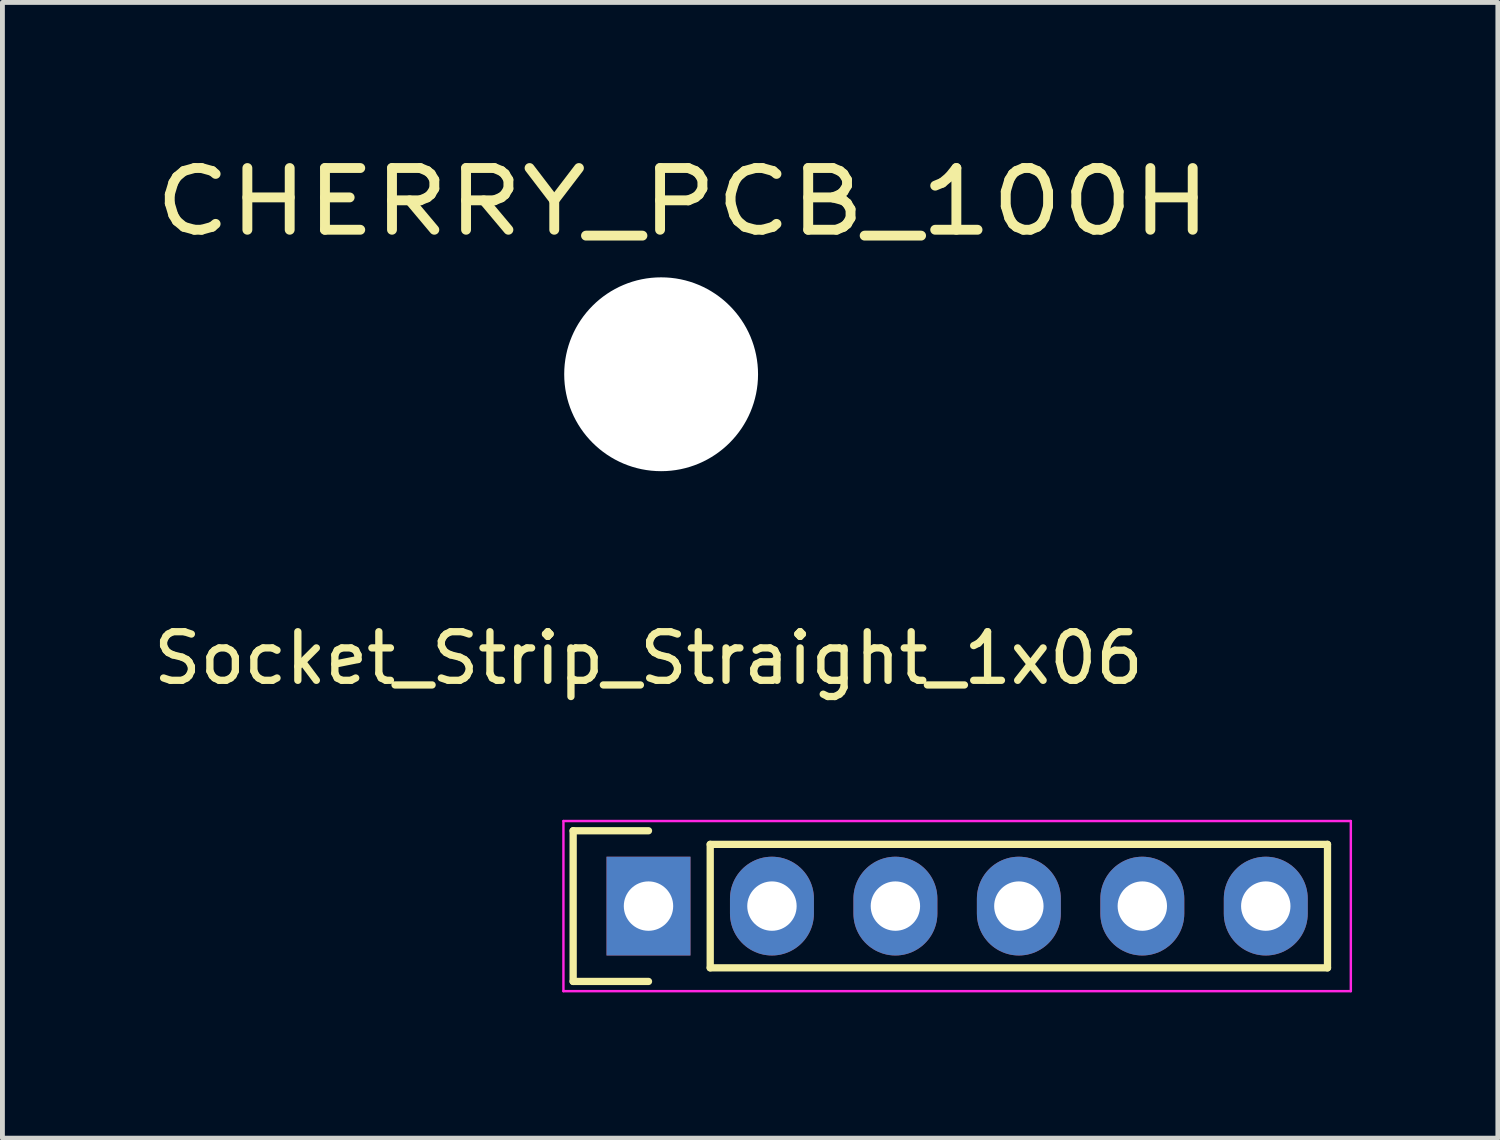
<source format=kicad_pcb>
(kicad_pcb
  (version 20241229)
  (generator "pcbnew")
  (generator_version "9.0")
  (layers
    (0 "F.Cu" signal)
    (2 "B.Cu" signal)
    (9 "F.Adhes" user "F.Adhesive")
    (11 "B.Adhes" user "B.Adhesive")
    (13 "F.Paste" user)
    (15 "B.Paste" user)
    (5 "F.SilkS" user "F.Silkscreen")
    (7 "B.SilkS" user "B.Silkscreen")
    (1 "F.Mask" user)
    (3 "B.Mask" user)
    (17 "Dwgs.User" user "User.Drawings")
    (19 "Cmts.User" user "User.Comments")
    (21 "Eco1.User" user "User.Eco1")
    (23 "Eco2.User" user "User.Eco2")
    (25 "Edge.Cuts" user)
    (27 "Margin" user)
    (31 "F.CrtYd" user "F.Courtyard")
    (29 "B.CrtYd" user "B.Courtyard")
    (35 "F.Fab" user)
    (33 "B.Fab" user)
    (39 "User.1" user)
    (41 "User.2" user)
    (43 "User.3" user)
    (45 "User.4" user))
  (footprint "Socket_Strip_Straight_1x06"
    (layer "F.Cu")
    (at 10.292 15.592)
    (property "Reference" "Socket_Strip_Straight_1x06" (at 0 -5.1 0) (layer "F.SilkS") (effects (font (size 1 1) (thickness 0.15))))
    (attr through_hole)
    (fp_line (start -1.55 -1.55) (end -1.55 1.55) (stroke (width 0.15) (type solid)) (layer "F.SilkS"))
    (fp_line (start -1.55 1.55) (end 0 1.55) (stroke (width 0.15) (type solid)) (layer "F.SilkS"))
    (fp_line (start 0 -1.55) (end -1.55 -1.55) (stroke (width 0.15) (type solid)) (layer "F.SilkS"))
    (fp_line (start 1.27 1.27) (end 1.27 -1.27) (stroke (width 0.15) (type solid)) (layer "F.SilkS"))
    (fp_line (start 1.27 1.27) (end 13.97 1.27) (stroke (width 0.15) (type solid)) (layer "F.SilkS"))
    (fp_line (start 13.97 -1.27) (end 1.27 -1.27) (stroke (width 0.15) (type solid)) (layer "F.SilkS"))
    (fp_line (start 13.97 1.27) (end 13.97 -1.27) (stroke (width 0.15) (type solid)) (layer "F.SilkS"))
    (fp_line (start -1.75 -1.75) (end -1.75 1.75) (stroke (width 0.05) (type solid)) (layer "F.CrtYd"))
    (fp_line (start -1.75 -1.75) (end 14.45 -1.75) (stroke (width 0.05) (type solid)) (layer "F.CrtYd"))
    (fp_line (start -1.75 1.75) (end 14.45 1.75) (stroke (width 0.05) (type solid)) (layer "F.CrtYd"))
    (fp_line (start 14.45 -1.75) (end 14.45 1.75) (stroke (width 0.05) (type solid)) (layer "F.CrtYd"))
    (pad "1" thru_hole rect (at 0 0) (size 1.727 2.032) (drill 1.016) (layers "*.Cu" "*.Mask"))
    (pad "2" thru_hole oval (at 2.54 0) (size 1.727 2.032) (drill 1.016) (layers "*.Cu" "*.Mask"))
    (pad "3" thru_hole oval (at 5.08 0) (size 1.727 2.032) (drill 1.016) (layers "*.Cu" "*.Mask"))
    (pad "4" thru_hole oval (at 7.62 0) (size 1.727 2.032) (drill 1.016) (layers "*.Cu" "*.Mask"))
    (pad "5" thru_hole oval (at 10.16 0) (size 1.727 2.032) (drill 1.016) (layers "*.Cu" "*.Mask"))
    (pad "6" thru_hole oval (at 12.7 0) (size 1.727 2.032) (drill 1.016) (layers "*.Cu" "*.Mask")))
  (footprint "CHERRY_PCB_100H"
    (layer "F.Cu")
    (at 10.552 4.65)
    (property "Reference" "CHERRY_PCB_100H" (at 0.45 -3.55 0) (layer "F.SilkS") (effects (font (size 1.27 1.524) (thickness 0.203))))
    (attr through_hole)
    (pad "" np_thru_hole circle (at 0 0) (size 3.988 3.988) (drill 3.988) (layers "*.Cu")))
  (gr_rect
    (start -3 -3)
    (end 27.767 20.367)
    (stroke (width 0.1) (type default))
    (fill no)
    (layer "Edge.Cuts")))
</source>
